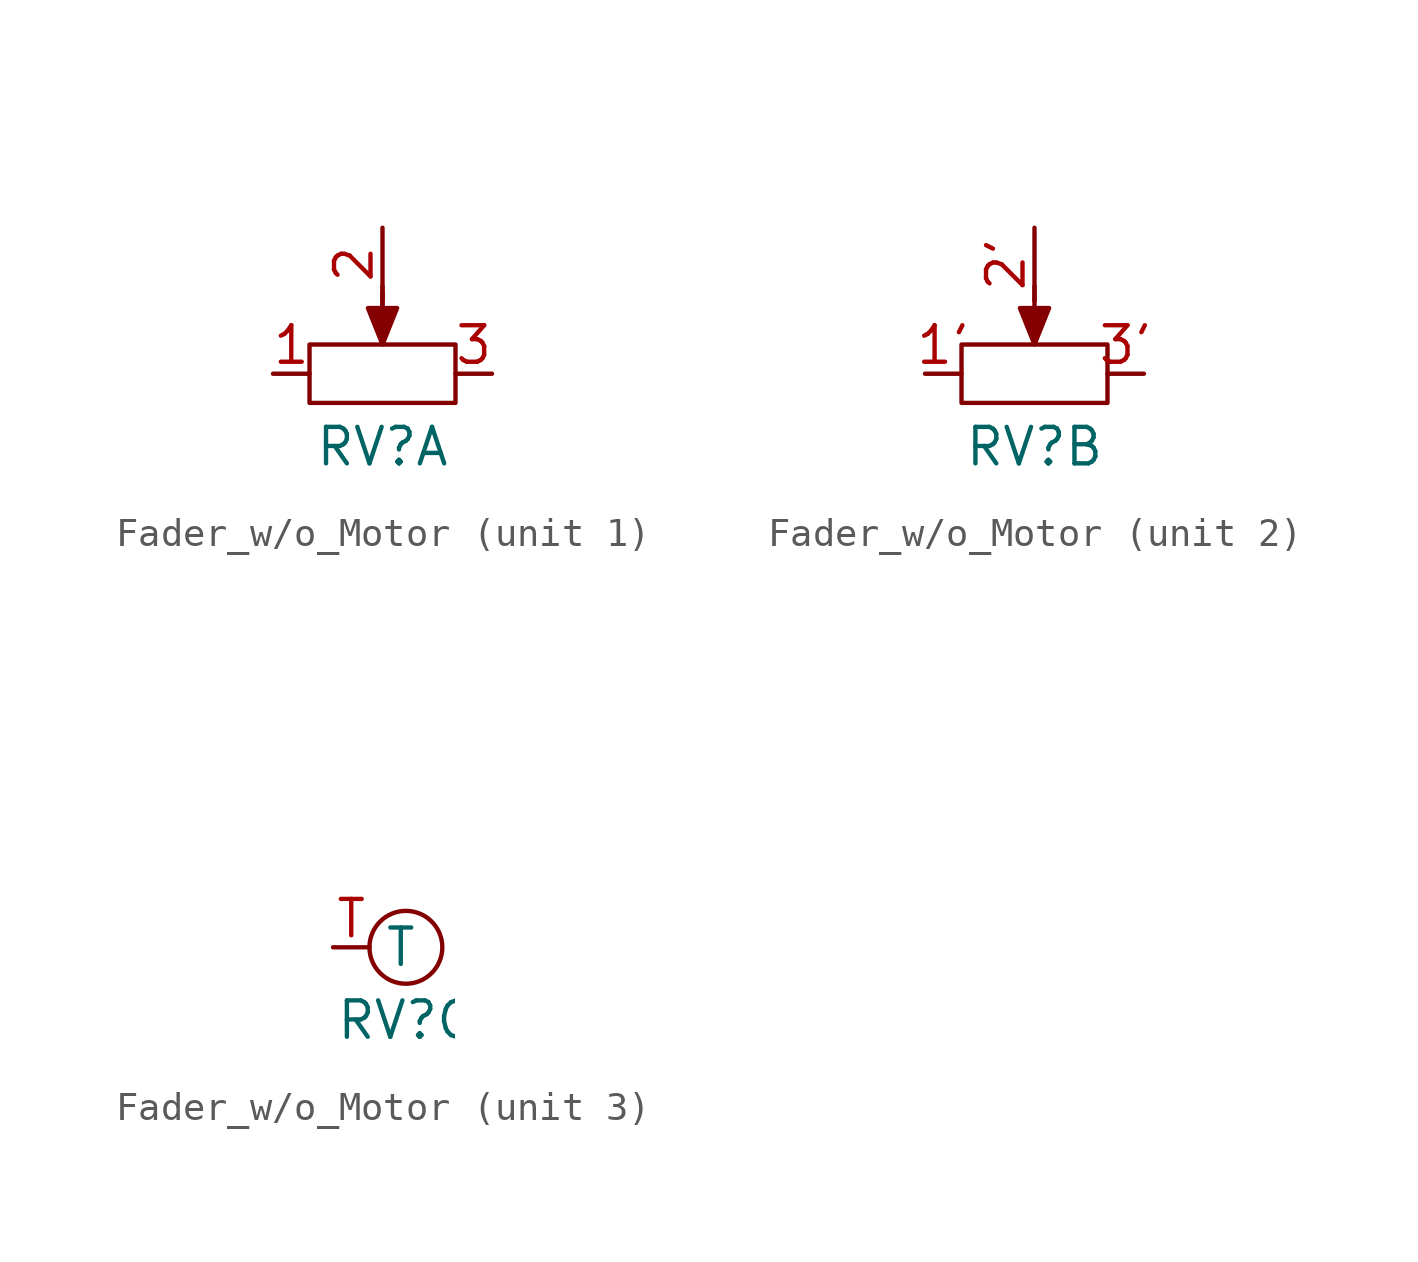
<source format=kicad_sym>
(kicad_symbol_lib
  (version 20231120)
  (generator "kicad_symbol_editor")
  (generator_version "8.0")
  (symbol "Fader_w/o_Motor"
    (property "Reference" "RV"
      (at 0 -2.54 0)
      (effects (font (size 1.27 1.27))))
    (property "Value" ""
      (at -2.54 7.62 0)
      (effects (font (size 1.27 1.27))))
    (property "ki_locked" ""
      (at 0 0 0)
      (effects (font (size 1.27 1.27))))
    (symbol "Fader_w/o_Motor_1_1"
      (rectangle (start -2.54 1.016) (end 2.54 -1.016) (stroke (width 0) (type default)) (fill (type none)))
      (polyline (pts (xy 0 2.794) (xy 0 2.032)) (stroke (width 0) (type default)) (fill (type none)))
      (polyline (pts (xy 0 3.048) (xy 0 2.032)) (stroke (width 0) (type default)) (fill (type none)))
      (polyline (pts (xy -0.508 2.286) (xy 0 1.016) (xy 0.508 2.286) (xy -0.508 2.286)) (stroke (width 0) (type default)) (fill (type color) (color 132 0 0 1)))
      (pin passive line (at -3.81 0 0) (length 1.27) (name "" (effects (font (size 1.27 1.27)))) (number "1" (effects (font (size 1.27 1.27)))))
      (pin passive line (at 0 5.08 270) (length 2.54) (name "" (effects (font (size 1.27 1.27)))) (number "2" (effects (font (size 1.27 1.27)))))
      (pin passive line (at 3.81 0 180) (length 1.27) (name "" (effects (font (size 1.27 1.27)))) (number "3" (effects (font (size 1.27 1.27))))))
    (symbol "Fader_w/o_Motor_2_1"
      (rectangle (start -2.54 1.016) (end 2.54 -1.016) (stroke (width 0) (type default)) (fill (type none)))
      (polyline (pts (xy 0 3.048) (xy 0 2.032)) (stroke (width 0) (type default)) (fill (type none)))
      (polyline (pts (xy -0.508 2.286) (xy 0 1.016) (xy 0.508 2.286) (xy -0.508 2.286)) (stroke (width 0) (type default)) (fill (type color) (color 132 0 0 1)))
      (pin passive line (at -3.81 0 0) (length 1.27) (name "" (effects (font (size 1.27 1.27)))) (number "1'" (effects (font (size 1.27 1.27)))))
      (pin passive line (at 0 5.08 270) (length 2.54) (name "" (effects (font (size 1.27 1.27)))) (number "2'" (effects (font (size 1.27 1.27)))))
      (pin passive line (at 3.81 0 180) (length 1.27) (name "" (effects (font (size 1.27 1.27)))) (number "3'" (effects (font (size 1.27 1.27))))))
    (symbol "Fader_w/o_Motor_3_1"
      (circle (center 0 0) (radius 1.27) (stroke (width 0) (type default)) (fill (type none)))
      (pin passive line (at -2.54 0 0) (length 1.27) (name "T" (effects (font (size 1.27 1.27)))) (number "T" (effects (font (size 1.27 1.27))))))))
</source>
